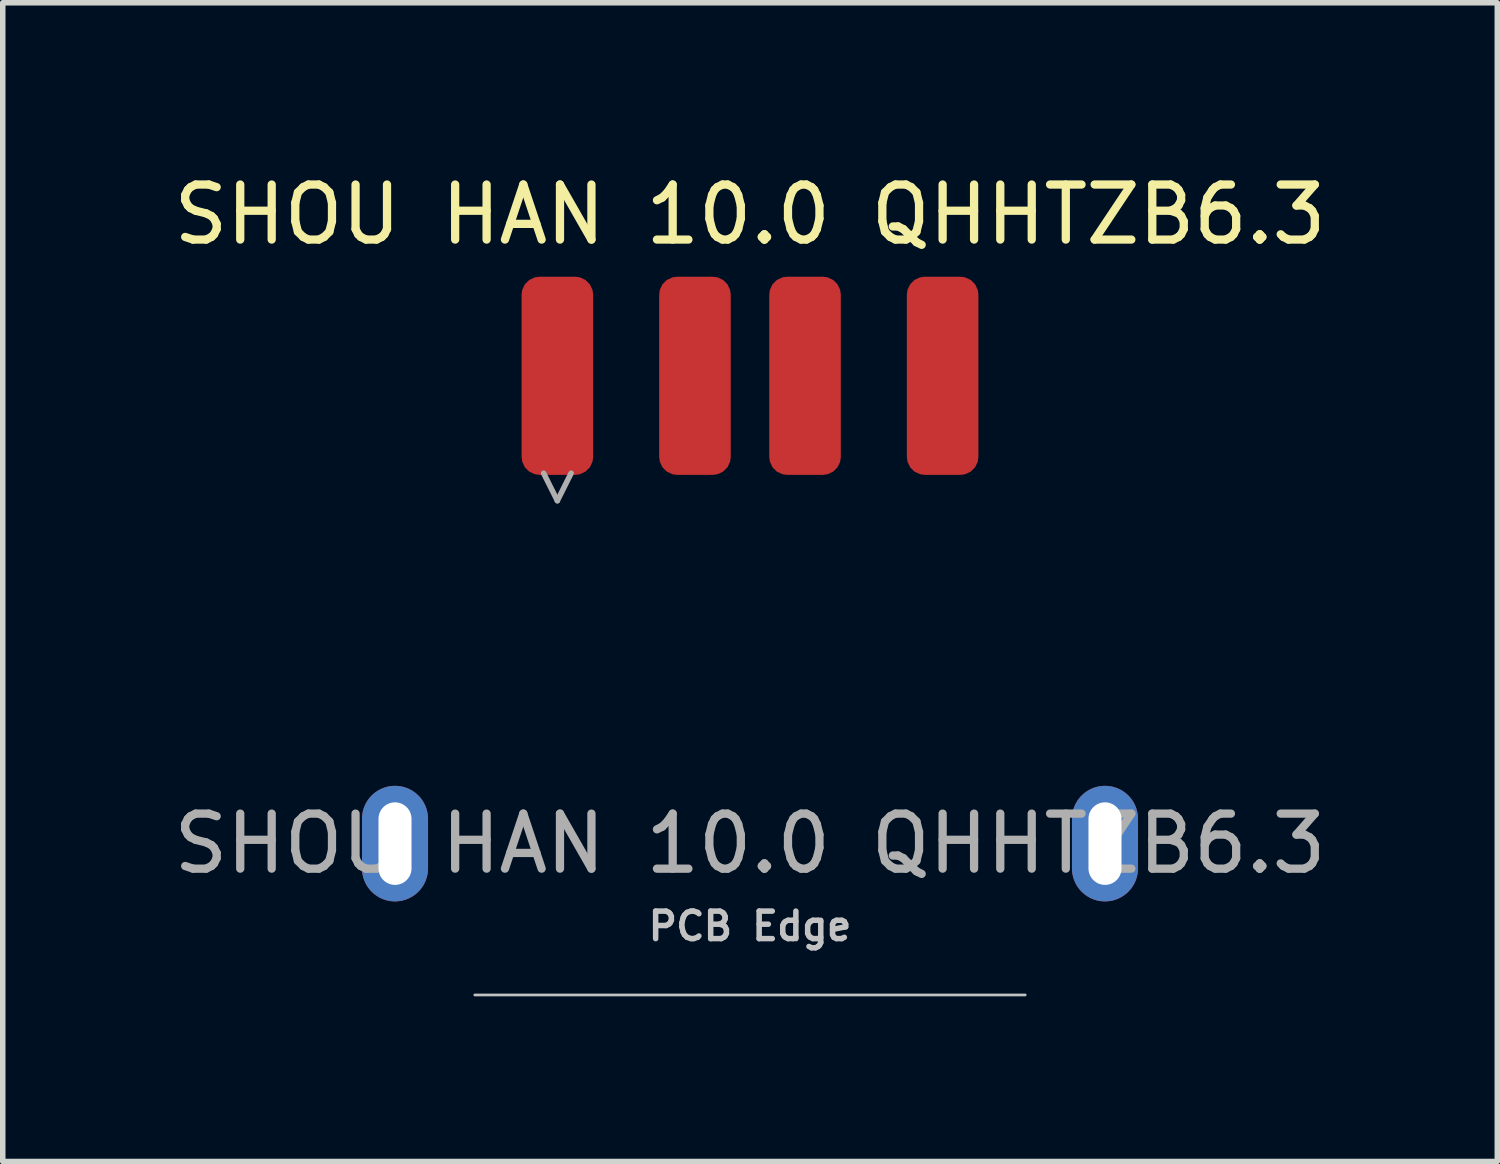
<source format=kicad_pcb>
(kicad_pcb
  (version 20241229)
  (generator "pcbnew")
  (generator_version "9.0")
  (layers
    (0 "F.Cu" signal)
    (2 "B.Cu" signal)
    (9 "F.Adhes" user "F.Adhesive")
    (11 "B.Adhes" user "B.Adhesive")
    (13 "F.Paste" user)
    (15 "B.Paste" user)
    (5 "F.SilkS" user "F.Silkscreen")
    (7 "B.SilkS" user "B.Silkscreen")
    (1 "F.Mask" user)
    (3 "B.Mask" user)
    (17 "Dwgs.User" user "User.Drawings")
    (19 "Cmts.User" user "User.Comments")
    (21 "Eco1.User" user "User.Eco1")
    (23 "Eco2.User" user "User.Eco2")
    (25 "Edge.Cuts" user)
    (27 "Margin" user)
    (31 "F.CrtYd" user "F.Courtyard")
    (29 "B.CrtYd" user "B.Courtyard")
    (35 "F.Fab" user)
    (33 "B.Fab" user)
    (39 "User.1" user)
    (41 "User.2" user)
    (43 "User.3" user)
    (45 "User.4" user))
  (footprint "SHOU HAN 10.0 QHHTZB6.3"
    (layer "F.Cu")
    (at 10.577 7.928)
    (property "Reference" "SHOU HAN 10.0 QHHTZB6.3" (at 0 -7.08 0) (layer "F.SilkS") (effects (font (size 1 1) (thickness 0.15))))
    (attr smd)
    (fp_line (start -5 7.1) (end 5 7.1) (stroke (width 0.05) (type default)) (layer "Dwgs.User"))
    (fp_line (start -3.75 -2.38) (end -3.5 -1.88) (stroke (width 0.1) (type default)) (layer "F.Fab"))
    (fp_line (start -3.5 -1.88) (end -3.25 -2.38) (stroke (width 0.1) (type default)) (layer "F.Fab"))
    (fp_text user "PCB Edge" (at 0 5.85 0) (layer "Dwgs.User") (effects (font (size 0.5 0.5) (thickness 0.1))))
    (fp_text user "${REFERENCE}" (at 0 4.35 0) (unlocked yes) (layer "F.Fab") (effects (font (size 1 1) (thickness 0.15))))
    (pad "" smd oval (at -6.45 4.35) (size 1.2 2.1) (layers "F.Paste"))
    (pad "" smd oval (at 6.45 4.35) (size 1.2 2.1) (layers "F.Paste"))
    (pad "1" smd roundrect (at -3.5 -4.15) (size 1.3 3.6) (layers "F.Cu" "F.Mask" "F.Paste") (roundrect_rratio 0.25))
    (pad "2" smd roundrect (at -1 -4.15) (size 1.3 3.6) (layers "F.Cu" "F.Mask" "F.Paste") (roundrect_rratio 0.25))
    (pad "3" smd roundrect (at 1 -4.15) (size 1.3 3.6) (layers "F.Cu" "F.Mask" "F.Paste") (roundrect_rratio 0.25))
    (pad "4" smd roundrect (at 3.5 -4.15) (size 1.3 3.6) (layers "F.Cu" "F.Mask" "F.Paste") (roundrect_rratio 0.25))
    (pad "5" thru_hole oval (at -6.45 4.35) (size 1.2 2.1) (drill oval 0.6 1.5) (layers "*.Cu" "*.Mask"))
    (pad "5" thru_hole oval (at 6.45 4.35) (size 1.2 2.1) (drill oval 0.6 1.5) (layers "*.Cu" "*.Mask")))
  (gr_rect
    (start -3 -3)
    (end 24.155 18.053)
    (stroke (width 0.1) (type default))
    (fill no)
    (layer "Edge.Cuts")))
</source>
